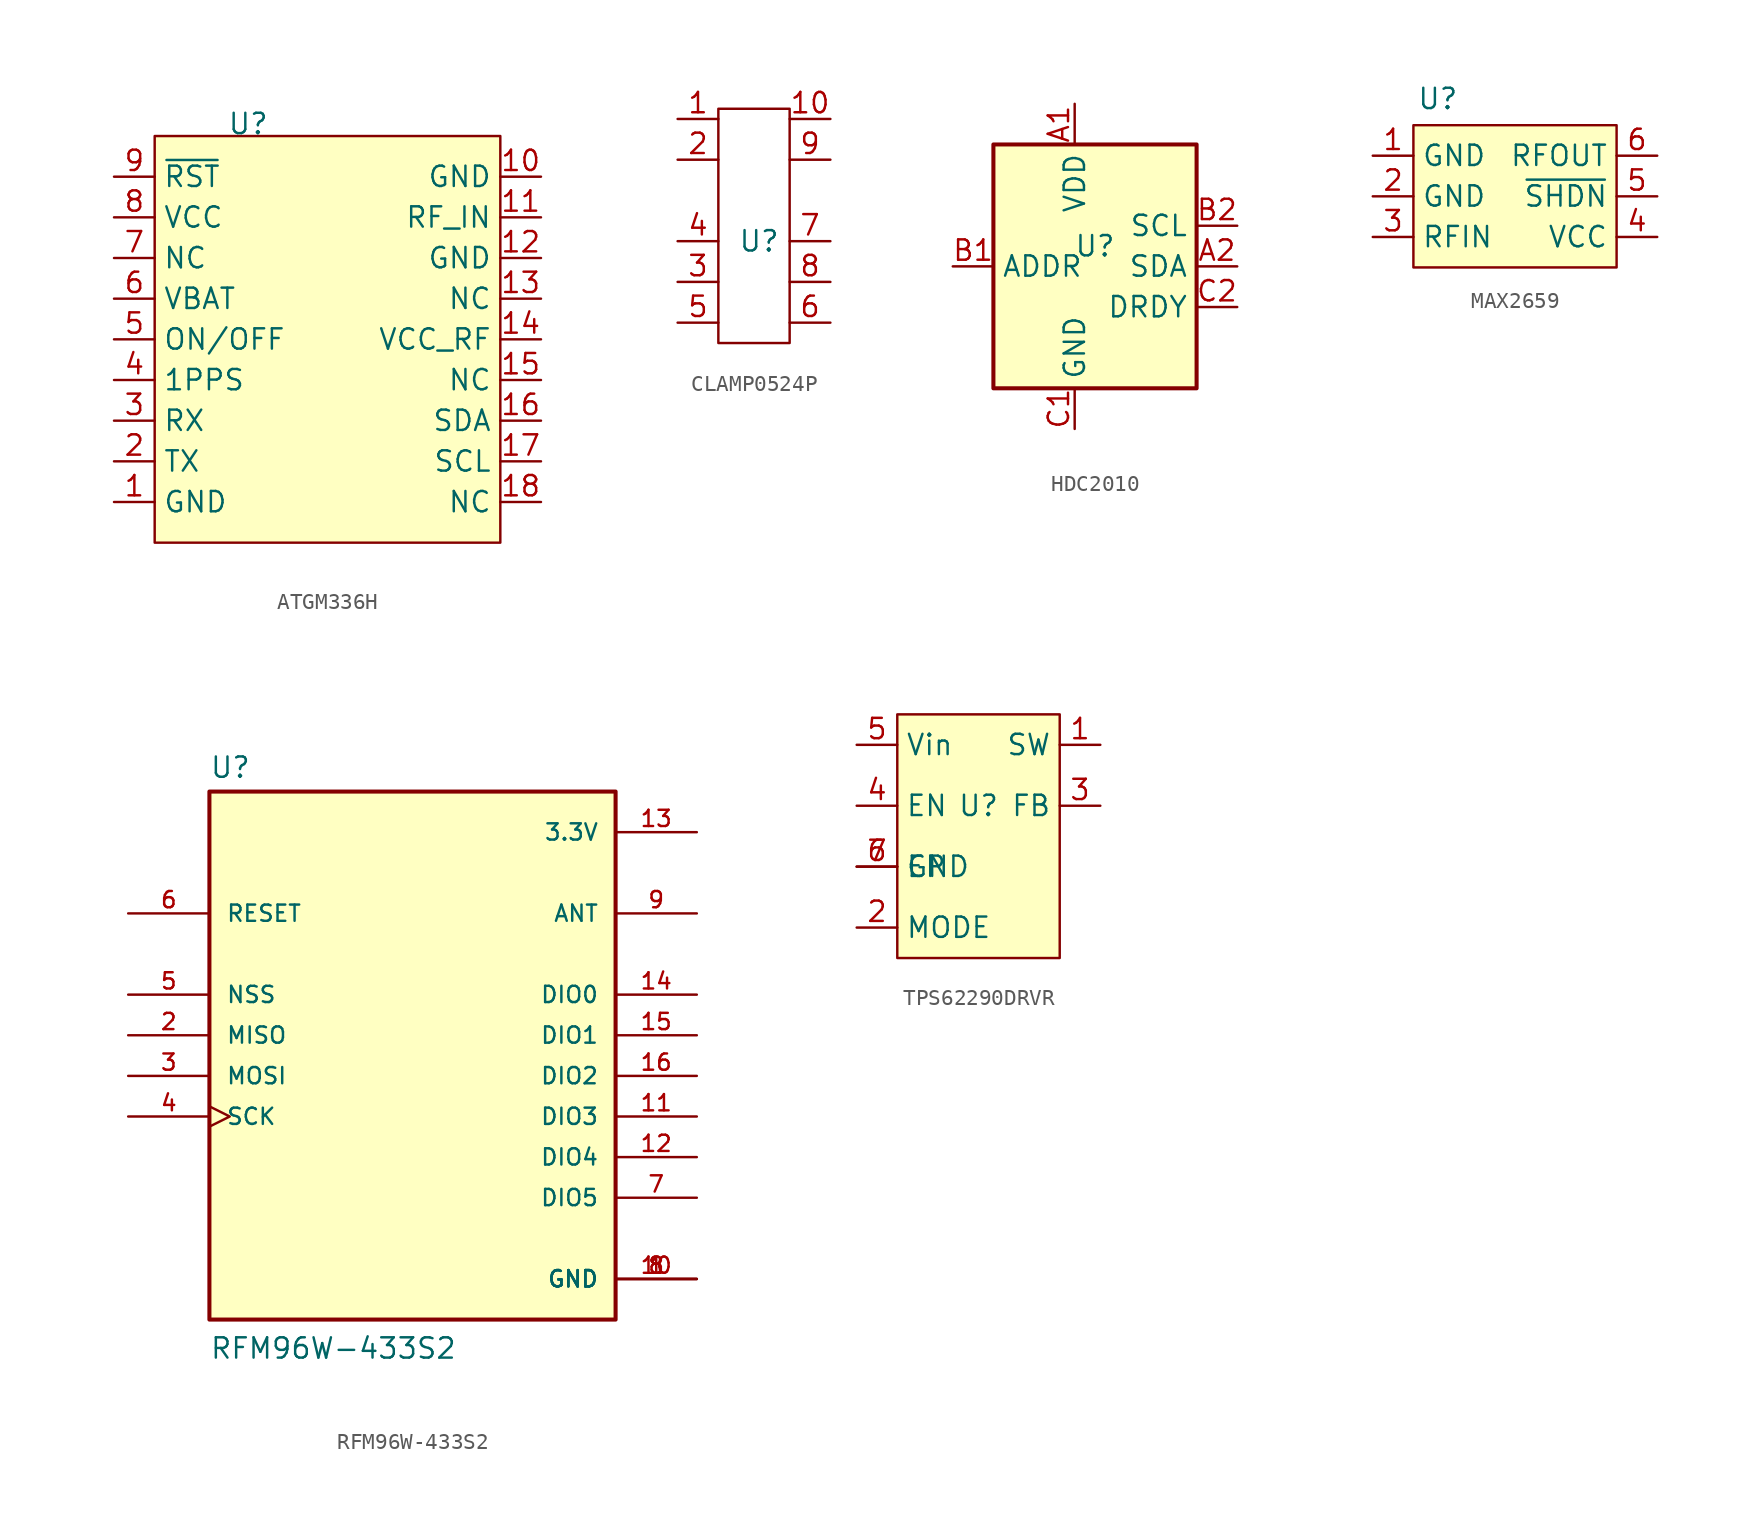
<source format=kicad_sym>
(kicad_symbol_lib
  (version 20231120)
  (generator "kicad_symbol_editor")
  (generator_version "8.0")
  (symbol "ATGM336H"
    (property "Reference" "U"
      (at -5.588 13.462 0)
      (effects (font (size 1.27 1.27))))
    (property "Value" ""
      (at 1.27 -1.27 0)
      (effects (font (size 1.27 1.27))))
    (symbol "ATGM336H_1_1"
      (rectangle (start -11.43 12.7) (end 10.16 -12.7) (stroke (width 0) (type default)) (fill (type background)))
      (pin input line (at -13.97 -10.16 0) (length 2.54) (name "GND" (effects (font (size 1.27 1.27)))) (number "1" (effects (font (size 1.27 1.27)))))
      (pin input line (at 12.7 10.16 180) (length 2.54) (name "GND" (effects (font (size 1.27 1.27)))) (number "10" (effects (font (size 1.27 1.27)))))
      (pin input line (at 12.7 7.62 180) (length 2.54) (name "RF_IN" (effects (font (size 1.27 1.27)))) (number "11" (effects (font (size 1.27 1.27)))))
      (pin input line (at 12.7 5.08 180) (length 2.54) (name "GND" (effects (font (size 1.27 1.27)))) (number "12" (effects (font (size 1.27 1.27)))))
      (pin input line (at 12.7 2.54 180) (length 2.54) (name "NC" (effects (font (size 1.27 1.27)))) (number "13" (effects (font (size 1.27 1.27)))))
      (pin input line (at 12.7 0 180) (length 2.54) (name "VCC_RF" (effects (font (size 1.27 1.27)))) (number "14" (effects (font (size 1.27 1.27)))))
      (pin input line (at 12.7 -2.54 180) (length 2.54) (name "NC" (effects (font (size 1.27 1.27)))) (number "15" (effects (font (size 1.27 1.27)))))
      (pin input line (at 12.7 -5.08 180) (length 2.54) (name "SDA" (effects (font (size 1.27 1.27)))) (number "16" (effects (font (size 1.27 1.27)))))
      (pin input line (at 12.7 -7.62 180) (length 2.54) (name "SCL" (effects (font (size 1.27 1.27)))) (number "17" (effects (font (size 1.27 1.27)))))
      (pin input line (at 12.7 -10.16 180) (length 2.54) (name "NC" (effects (font (size 1.27 1.27)))) (number "18" (effects (font (size 1.27 1.27)))))
      (pin input line (at -13.97 -7.62 0) (length 2.54) (name "TX" (effects (font (size 1.27 1.27)))) (number "2" (effects (font (size 1.27 1.27)))))
      (pin input line (at -13.97 -5.08 0) (length 2.54) (name "RX" (effects (font (size 1.27 1.27)))) (number "3" (effects (font (size 1.27 1.27)))))
      (pin input line (at -13.97 -2.54 0) (length 2.54) (name "1PPS" (effects (font (size 1.27 1.27)))) (number "4" (effects (font (size 1.27 1.27)))))
      (pin input line (at -13.97 0 0) (length 2.54) (name "ON/OFF" (effects (font (size 1.27 1.27)))) (number "5" (effects (font (size 1.27 1.27)))))
      (pin input line (at -13.97 2.54 0) (length 2.54) (name "VBAT" (effects (font (size 1.27 1.27)))) (number "6" (effects (font (size 1.27 1.27)))))
      (pin input line (at -13.97 5.08 0) (length 2.54) (name "NC" (effects (font (size 1.27 1.27)))) (number "7" (effects (font (size 1.27 1.27)))))
      (pin input line (at -13.97 7.62 0) (length 2.54) (name "VCC" (effects (font (size 1.27 1.27)))) (number "8" (effects (font (size 1.27 1.27)))))
      (pin input line (at -13.97 10.16 0) (length 2.54) (name "~{RST}" (effects (font (size 1.27 1.27)))) (number "9" (effects (font (size 1.27 1.27)))))))
  (symbol "CLAMP0524P"
    (property "Reference" "U"
      (at 0 -2.54 0)
      (effects (font (size 1.27 1.27))))
    (property "Value" ""
      (at 0 -2.54 0)
      (effects (font (size 1.27 1.27))))
    (symbol "CLAMP0524P_0_1"
      (rectangle (start -2.54 5.715) (end 1.905 -8.89) (stroke (width 0) (type default)) (fill (type none))))
    (symbol "CLAMP0524P_1_1"
      (pin input line (at -5.08 5.08 0) (length 2.54) (name "" (effects (font (size 1.27 1.27)))) (number "1" (effects (font (size 1.27 1.27)))))
      (pin input line (at 4.445 5.08 180) (length 2.54) (name "" (effects (font (size 1.27 1.27)))) (number "10" (effects (font (size 1.27 1.27)))))
      (pin input line (at -5.08 2.54 0) (length 2.54) (name "" (effects (font (size 1.27 1.27)))) (number "2" (effects (font (size 1.27 1.27)))))
      (pin input line (at -5.08 -5.08 0) (length 2.54) (name "" (effects (font (size 1.27 1.27)))) (number "3" (effects (font (size 1.27 1.27)))))
      (pin input line (at -5.08 -2.54 0) (length 2.54) (name "" (effects (font (size 1.27 1.27)))) (number "4" (effects (font (size 1.27 1.27)))))
      (pin input line (at -5.08 -7.62 0) (length 2.54) (name "" (effects (font (size 1.27 1.27)))) (number "5" (effects (font (size 1.27 1.27)))))
      (pin input line (at 4.445 -7.62 180) (length 2.54) (name "" (effects (font (size 1.27 1.27)))) (number "6" (effects (font (size 1.27 1.27)))))
      (pin input line (at 4.445 -2.54 180) (length 2.54) (name "" (effects (font (size 1.27 1.27)))) (number "7" (effects (font (size 1.27 1.27)))))
      (pin input line (at 4.445 -5.08 180) (length 2.54) (name "" (effects (font (size 1.27 1.27)))) (number "8" (effects (font (size 1.27 1.27)))))
      (pin input line (at 4.445 2.54 180) (length 2.54) (name "" (effects (font (size 1.27 1.27)))) (number "9" (effects (font (size 1.27 1.27)))))))
  (symbol "HDC2010"
    (property "Reference" "U"
      (at 0 0 0)
      (effects (font (size 1.27 1.27))))
    (property "Value" ""
      (at 0 0 0)
      (effects (font (size 1.27 1.27))))
    (symbol "HDC2010_0_1"
      (rectangle (start -6.35 6.35) (end 6.35 -8.89) (stroke (width 0.254) (type default)) (fill (type background))))
    (symbol "HDC2010_1_1"
      (pin power_in line (at -1.27 8.89 270) (length 2.54) (name "VDD" (effects (font (size 1.27 1.27)))) (number "A1" (effects (font (size 1.27 1.27)))))
      (pin bidirectional line (at 8.89 -1.27 180) (length 2.54) (name "SDA" (effects (font (size 1.27 1.27)))) (number "A2" (effects (font (size 1.27 1.27)))))
      (pin input line (at -8.89 -1.27 0) (length 2.54) (name "ADDR" (effects (font (size 1.27 1.27)))) (number "B1" (effects (font (size 1.27 1.27)))))
      (pin input line (at 8.89 1.27 180) (length 2.54) (name "SCL" (effects (font (size 1.27 1.27)))) (number "B2" (effects (font (size 1.27 1.27)))))
      (pin power_in line (at -1.27 -11.43 90) (length 2.54) (name "GND" (effects (font (size 1.27 1.27)))) (number "C1" (effects (font (size 1.27 1.27)))))
      (pin output line (at 8.89 -3.81 180) (length 2.54) (name "DRDY" (effects (font (size 1.27 1.27)))) (number "C2" (effects (font (size 1.27 1.27)))))))
  (symbol "MAX2659"
    (property "Reference" "U"
      (at -4.826 6.096 0)
      (effects (font (size 1.27 1.27))))
    (property "Value" ""
      (at 0 0 0)
      (effects (font (size 1.27 1.27))))
    (symbol "MAX2659_1_1"
      (rectangle (start -6.35 4.445) (end 6.35 -4.445) (stroke (width 0) (type default)) (fill (type background)))
      (pin input line (at -8.89 2.54 0) (length 2.54) (name "GND" (effects (font (size 1.27 1.27)))) (number "1" (effects (font (size 1.27 1.27)))))
      (pin input line (at -8.89 0 0) (length 2.54) (name "GND" (effects (font (size 1.27 1.27)))) (number "2" (effects (font (size 1.27 1.27)))))
      (pin input line (at -8.89 -2.54 0) (length 2.54) (name "RFIN" (effects (font (size 1.27 1.27)))) (number "3" (effects (font (size 1.27 1.27)))))
      (pin input line (at 8.89 -2.54 180) (length 2.54) (name "VCC" (effects (font (size 1.27 1.27)))) (number "4" (effects (font (size 1.27 1.27)))))
      (pin input line (at 8.89 0 180) (length 2.54) (name "~{SHDN}" (effects (font (size 1.27 1.27)))) (number "5" (effects (font (size 1.27 1.27)))))
      (pin input line (at 8.89 2.54 180) (length 2.54) (name "RFOUT" (effects (font (size 1.27 1.27)))) (number "6" (effects (font (size 1.27 1.27)))))))
  (symbol "RFM96W-433S2"
    (pin_names
      (offset 1.016))
    (property "Reference" "U"
      (at -12.7 16.002 0)
      (effects (font (size 1.27 1.27)) (justify left bottom)))
    (property "Value" "RFM96W-433S2"
      (at -12.7 -20.32 0)
      (effects (font (size 1.27 1.27)) (justify left bottom)))
    (symbol "RFM96W-433S2_0_0"
      (rectangle (start -12.7 -17.78) (end 12.7 15.24) (stroke (width 0.254) (type default)) (fill (type background)))
      (pin power_in line (at 17.78 -15.24 180) (length 5.08) (name "GND" (effects (font (size 1.016 1.016)))) (number "1" (effects (font (size 1.016 1.016)))))
      (pin power_in line (at 17.78 -15.24 180) (length 5.08) (name "GND" (effects (font (size 1.016 1.016)))) (number "10" (effects (font (size 1.016 1.016)))))
      (pin bidirectional line (at 17.78 -5.08 180) (length 5.08) (name "DIO3" (effects (font (size 1.016 1.016)))) (number "11" (effects (font (size 1.016 1.016)))))
      (pin bidirectional line (at 17.78 -7.62 180) (length 5.08) (name "DIO4" (effects (font (size 1.016 1.016)))) (number "12" (effects (font (size 1.016 1.016)))))
      (pin power_in line (at 17.78 12.7 180) (length 5.08) (name "3.3V" (effects (font (size 1.016 1.016)))) (number "13" (effects (font (size 1.016 1.016)))))
      (pin bidirectional line (at 17.78 2.54 180) (length 5.08) (name "DIO0" (effects (font (size 1.016 1.016)))) (number "14" (effects (font (size 1.016 1.016)))))
      (pin bidirectional line (at 17.78 0 180) (length 5.08) (name "DIO1" (effects (font (size 1.016 1.016)))) (number "15" (effects (font (size 1.016 1.016)))))
      (pin bidirectional line (at 17.78 -2.54 180) (length 5.08) (name "DIO2" (effects (font (size 1.016 1.016)))) (number "16" (effects (font (size 1.016 1.016)))))
      (pin output line (at -17.78 0 0) (length 5.08) (name "MISO" (effects (font (size 1.016 1.016)))) (number "2" (effects (font (size 1.016 1.016)))))
      (pin input line (at -17.78 -2.54 0) (length 5.08) (name "MOSI" (effects (font (size 1.016 1.016)))) (number "3" (effects (font (size 1.016 1.016)))))
      (pin input clock (at -17.78 -5.08 0) (length 5.08) (name "SCK" (effects (font (size 1.016 1.016)))) (number "4" (effects (font (size 1.016 1.016)))))
      (pin input line (at -17.78 2.54 0) (length 5.08) (name "NSS" (effects (font (size 1.016 1.016)))) (number "5" (effects (font (size 1.016 1.016)))))
      (pin input line (at -17.78 7.62 0) (length 5.08) (name "RESET" (effects (font (size 1.016 1.016)))) (number "6" (effects (font (size 1.016 1.016)))))
      (pin bidirectional line (at 17.78 -10.16 180) (length 5.08) (name "DIO5" (effects (font (size 1.016 1.016)))) (number "7" (effects (font (size 1.016 1.016)))))
      (pin power_in line (at 17.78 -15.24 180) (length 5.08) (name "GND" (effects (font (size 1.016 1.016)))) (number "8" (effects (font (size 1.016 1.016)))))
      (pin bidirectional line (at 17.78 7.62 180) (length 5.08) (name "ANT" (effects (font (size 1.016 1.016)))) (number "9" (effects (font (size 1.016 1.016)))))))
  (symbol "TPS62290DRVR"
    (property "Reference" "U"
      (at 0 0 0)
      (effects (font (size 1.27 1.27))))
    (property "Value" ""
      (at 0 0 0)
      (effects (font (size 1.27 1.27))))
    (symbol "TPS62290DRVR_1_1"
      (rectangle (start -5.08 5.715) (end 5.08 -9.525) (stroke (width 0) (type default)) (fill (type background)))
      (pin input line (at 7.62 3.81 180) (length 2.54) (name "SW" (effects (font (size 1.27 1.27)))) (number "1" (effects (font (size 1.27 1.27)))))
      (pin input line (at -7.62 -7.62 0) (length 2.54) (name "MODE" (effects (font (size 1.27 1.27)))) (number "2" (effects (font (size 1.27 1.27)))))
      (pin input line (at 7.62 0 180) (length 2.54) (name "FB" (effects (font (size 1.27 1.27)))) (number "3" (effects (font (size 1.27 1.27)))))
      (pin input line (at -7.62 0 0) (length 2.54) (name "EN" (effects (font (size 1.27 1.27)))) (number "4" (effects (font (size 1.27 1.27)))))
      (pin input line (at -7.62 3.81 0) (length 2.54) (name "Vin" (effects (font (size 1.27 1.27)))) (number "5" (effects (font (size 1.27 1.27)))))
      (pin input line (at -7.62 -3.81 0) (length 2.54) (name "GND" (effects (font (size 1.27 1.27)))) (number "6" (effects (font (size 1.27 1.27)))))
      (pin input line (at -7.62 -3.81 0) (length 2.54) (name "EP" (effects (font (size 1.27 1.27)))) (number "7" (effects (font (size 1.27 1.27))))))))
</source>
